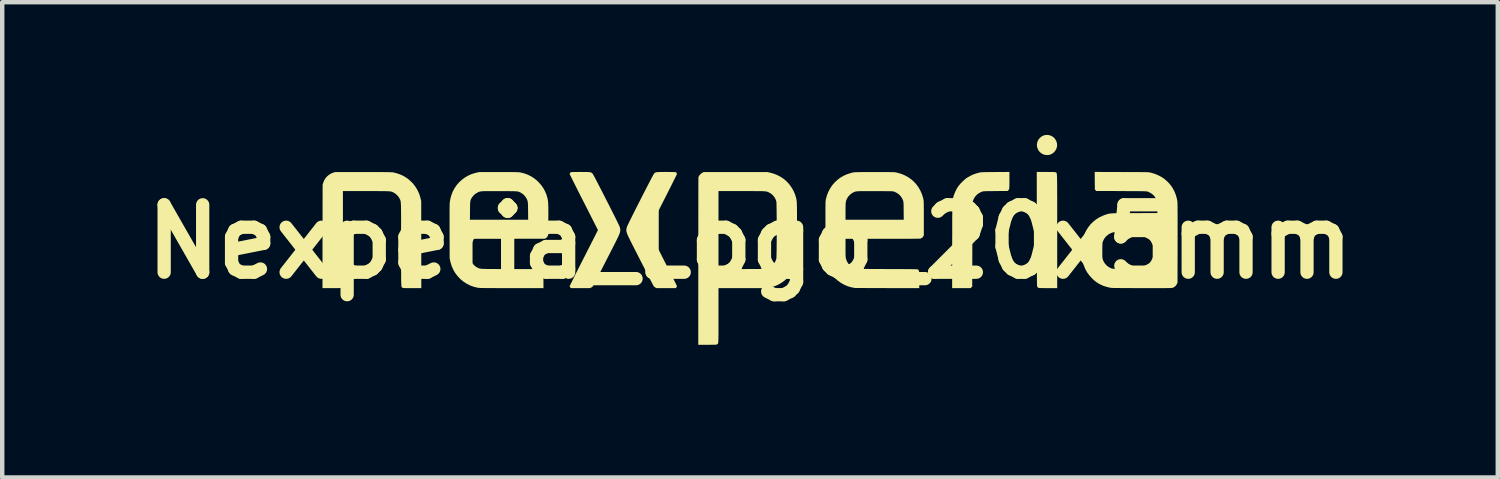
<source format=kicad_pcb>
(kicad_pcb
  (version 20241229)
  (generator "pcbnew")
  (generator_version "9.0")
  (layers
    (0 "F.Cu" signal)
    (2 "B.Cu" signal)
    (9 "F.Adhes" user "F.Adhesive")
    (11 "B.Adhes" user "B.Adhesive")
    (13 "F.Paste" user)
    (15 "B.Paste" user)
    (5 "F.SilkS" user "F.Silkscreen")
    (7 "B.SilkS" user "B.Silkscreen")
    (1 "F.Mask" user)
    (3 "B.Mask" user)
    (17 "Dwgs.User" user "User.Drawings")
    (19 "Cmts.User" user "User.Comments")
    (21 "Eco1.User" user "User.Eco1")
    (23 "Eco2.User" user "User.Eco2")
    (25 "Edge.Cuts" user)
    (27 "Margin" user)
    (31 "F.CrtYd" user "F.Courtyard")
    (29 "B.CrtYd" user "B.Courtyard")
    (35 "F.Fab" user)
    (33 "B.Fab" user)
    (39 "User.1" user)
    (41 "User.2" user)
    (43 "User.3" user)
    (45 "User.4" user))
  (footprint "Nexperia_Logo_20x5mm"
    (layer "F.Cu")
    (at 13.905 2.414)
    (property "Reference" "Nexperia_Logo_20x5mm" (at 0 0 180) (layer "F.SilkS") (effects (font (size 1.524 1.524) (thickness 0.3))))
    (attr exclude_from_pos_files exclude_from_bom allow_missing_courtyard)
    (fp_poly (pts (xy 6.746 -2.412) (xy 6.789 -2.401) (xy 6.829 -2.383) (xy 6.865 -2.357) (xy 6.895 -2.324) (xy 6.918 -2.286) (xy 6.934 -2.243) (xy 6.939 -2.221) (xy 6.942 -2.176) (xy 6.935 -2.131) (xy 6.92 -2.09) (xy 6.897 -2.052) (xy 6.868 -2.018) (xy 6.832 -1.991) (xy 6.791 -1.971) (xy 6.771 -1.965) (xy 6.739 -1.96) (xy 6.703 -1.959) (xy 6.667 -1.963) (xy 6.646 -1.968) (xy 6.603 -1.987) (xy 6.565 -2.014) (xy 6.533 -2.047) (xy 6.509 -2.087) (xy 6.492 -2.131) (xy 6.487 -2.154) (xy 6.485 -2.198) (xy 6.492 -2.242) (xy 6.507 -2.283) (xy 6.53 -2.321) (xy 6.56 -2.354) (xy 6.595 -2.381) (xy 6.635 -2.401) (xy 6.655 -2.407) (xy 6.701 -2.414)) (stroke (width 0) (type solid)) (fill yes) (layer "F.SilkS"))
    (fp_poly (pts (xy 6.739 -1.576) (xy 6.781 -1.576) (xy 6.815 -1.576) (xy 6.842 -1.576) (xy 6.863 -1.575) (xy 6.878 -1.575) (xy 6.89 -1.573) (xy 6.898 -1.572) (xy 6.904 -1.57) (xy 6.908 -1.568) (xy 6.911 -1.566) (xy 6.915 -1.565) (xy 6.918 -1.563) (xy 6.921 -1.562) (xy 6.923 -1.561) (xy 6.926 -1.559) (xy 6.928 -1.557) (xy 6.93 -1.553) (xy 6.932 -1.547) (xy 6.934 -1.54) (xy 6.935 -1.53) (xy 6.937 -1.518) (xy 6.938 -1.502) (xy 6.939 -1.483) (xy 6.94 -1.46) (xy 6.941 -1.433) (xy 6.941 -1.402) (xy 6.942 -1.366) (xy 6.942 -1.324) (xy 6.943 -1.277) (xy 6.943 -1.224) (xy 6.943 -1.165) (xy 6.943 -1.099) (xy 6.944 -1.026) (xy 6.944 -0.946) (xy 6.944 -0.858) (xy 6.944 -0.761) (xy 6.944 -0.657) (xy 6.944 -0.543) (xy 6.944 -0.421) (xy 6.944 -0.288) (xy 6.944 -0.236) (xy 6.944 1.049) (xy 6.737 1.049) (xy 6.684 1.049) (xy 6.641 1.049) (xy 6.605 1.048) (xy 6.578 1.048) (xy 6.556 1.047) (xy 6.54 1.046) (xy 6.529 1.045) (xy 6.521 1.043) (xy 6.516 1.042) (xy 6.516 1.041) (xy 6.504 1.032) (xy 6.494 1.018) (xy 6.493 1.018) (xy 6.492 1.016) (xy 6.491 1.013) (xy 6.491 1.009) (xy 6.49 1.003) (xy 6.489 0.996) (xy 6.489 0.986) (xy 6.488 0.973) (xy 6.487 0.958) (xy 6.487 0.939) (xy 6.487 0.916) (xy 6.486 0.889) (xy 6.486 0.858) (xy 6.485 0.821) (xy 6.485 0.78) (xy 6.485 0.733) (xy 6.485 0.68) (xy 6.484 0.621) (xy 6.484 0.555) (xy 6.484 0.482) (xy 6.484 0.401) (xy 6.484 0.313) (xy 6.484 0.217) (xy 6.483 0.112) (xy 6.483 -0.001) (xy 6.483 -0.124) (xy 6.483 -0.257) (xy 6.483 -0.287) (xy 6.482 -1.577) (xy 6.688 -1.577)) (stroke (width 0) (type solid)) (fill yes) (layer "F.SilkS"))
    (fp_poly (pts (xy 5.864 -1.395) (xy 5.864 -1.349) (xy 5.864 -1.308) (xy 5.863 -1.271) (xy 5.862 -1.24) (xy 5.861 -1.216) (xy 5.86 -1.2) (xy 5.859 -1.195) (xy 5.852 -1.179) (xy 5.841 -1.164) (xy 5.839 -1.162) (xy 5.823 -1.147) (xy 5.549 -1.145) (xy 5.489 -1.144) (xy 5.439 -1.144) (xy 5.397 -1.143) (xy 5.362 -1.143) (xy 5.334 -1.142) (xy 5.312 -1.141) (xy 5.294 -1.14) (xy 5.28 -1.139) (xy 5.27 -1.138) (xy 5.261 -1.136) (xy 5.254 -1.134) (xy 5.247 -1.132) (xy 5.242 -1.13) (xy 5.188 -1.106) (xy 5.142 -1.075) (xy 5.102 -1.036) (xy 5.07 -0.991) (xy 5.045 -0.938) (xy 5.042 -0.93) (xy 5.028 -0.891) (xy 5.026 0.062) (xy 5.023 1.015) (xy 4.986 1.049) (xy 4.569 1.049) (xy 4.57 0.067) (xy 4.57 -0.05) (xy 4.571 -0.157) (xy 4.571 -0.255) (xy 4.571 -0.344) (xy 4.571 -0.425) (xy 4.571 -0.498) (xy 4.571 -0.564) (xy 4.572 -0.623) (xy 4.572 -0.675) (xy 4.572 -0.72) (xy 4.572 -0.761) (xy 4.573 -0.795) (xy 4.573 -0.825) (xy 4.574 -0.851) (xy 4.574 -0.873) (xy 4.575 -0.891) (xy 4.575 -0.906) (xy 4.576 -0.918) (xy 4.577 -0.928) (xy 4.578 -0.937) (xy 4.579 -0.944) (xy 4.58 -0.95) (xy 4.581 -0.955) (xy 4.582 -0.961) (xy 4.582 -0.961) (xy 4.607 -1.049) (xy 4.639 -1.13) (xy 4.677 -1.205) (xy 4.707 -1.251) (xy 4.73 -1.28) (xy 4.758 -1.313) (xy 4.791 -1.347) (xy 4.825 -1.38) (xy 4.859 -1.411) (xy 4.891 -1.436) (xy 4.905 -1.445) (xy 4.981 -1.49) (xy 5.06 -1.526) (xy 5.145 -1.553) (xy 5.184 -1.562) (xy 5.195 -1.565) (xy 5.205 -1.566) (xy 5.216 -1.568) (xy 5.229 -1.569) (xy 5.244 -1.571) (xy 5.262 -1.572) (xy 5.284 -1.572) (xy 5.311 -1.573) (xy 5.344 -1.573) (xy 5.384 -1.574) (xy 5.431 -1.574) (xy 5.487 -1.575) (xy 5.549 -1.575) (xy 5.864 -1.577)) (stroke (width 0) (type solid)) (fill yes) (layer "F.SilkS"))
    (fp_poly (pts (xy -3.779 -1.576) (xy -3.733 -1.576) (xy -3.695 -1.576) (xy -3.664 -1.575) (xy -3.639 -1.573) (xy -3.619 -1.571) (xy -3.604 -1.568) (xy -3.592 -1.564) (xy -3.582 -1.559) (xy -3.574 -1.553) (xy -3.566 -1.546) (xy -3.562 -1.543) (xy -3.558 -1.537) (xy -3.552 -1.527) (xy -3.543 -1.511) (xy -3.531 -1.49) (xy -3.516 -1.464) (xy -3.499 -1.431) (xy -3.478 -1.391) (xy -3.454 -1.345) (xy -3.426 -1.291) (xy -3.395 -1.23) (xy -3.359 -1.162) (xy -3.32 -1.085) (xy -3.276 -0.999) (xy -3.253 -0.954) (xy -3.217 -0.883) (xy -3.181 -0.813) (xy -3.148 -0.746) (xy -3.115 -0.682) (xy -3.085 -0.622) (xy -3.057 -0.567) (xy -3.032 -0.516) (xy -3.009 -0.47) (xy -2.99 -0.431) (xy -2.974 -0.398) (xy -2.962 -0.372) (xy -2.953 -0.355) (xy -2.949 -0.345) (xy -2.949 -0.345) (xy -2.941 -0.317) (xy -2.935 -0.292) (xy -2.933 -0.267) (xy -2.934 -0.243) (xy -2.939 -0.217) (xy -2.948 -0.187) (xy -2.961 -0.154) (xy -2.979 -0.114) (xy -3.002 -0.068) (xy -3.002 -0.066) (xy -3.019 -0.032) (xy -3.039 0.008) (xy -3.062 0.053) (xy -3.087 0.102) (xy -3.114 0.156) (xy -3.143 0.212) (xy -3.173 0.271) (xy -3.204 0.332) (xy -3.235 0.393) (xy -3.267 0.456) (xy -3.299 0.518) (xy -3.33 0.579) (xy -3.361 0.639) (xy -3.391 0.697) (xy -3.419 0.751) (xy -3.445 0.803) (xy -3.47 0.85) (xy -3.492 0.892) (xy -3.511 0.929) (xy -3.527 0.96) (xy -3.539 0.983) (xy -3.548 1) (xy -3.553 1.008) (xy -3.553 1.008) (xy -3.565 1.02) (xy -3.582 1.032) (xy -3.592 1.037) (xy -3.617 1.049) (xy -4.048 1.049) (xy -4.063 1.034) (xy -4.073 1.022) (xy -4.076 1.012) (xy -4.075 1.002) (xy -4.073 0.996) (xy -4.066 0.981) (xy -4.055 0.958) (xy -4.04 0.928) (xy -4.022 0.892) (xy -4.001 0.849) (xy -3.977 0.8) (xy -3.95 0.746) (xy -3.921 0.688) (xy -3.889 0.626) (xy -3.856 0.56) (xy -3.821 0.492) (xy -3.785 0.421) (xy -3.782 0.414) (xy -3.745 0.342) (xy -3.709 0.272) (xy -3.675 0.204) (xy -3.642 0.139) (xy -3.611 0.078) (xy -3.582 0.021) (xy -3.555 -0.031) (xy -3.532 -0.078) (xy -3.511 -0.119) (xy -3.493 -0.153) (xy -3.48 -0.181) (xy -3.47 -0.2) (xy -3.464 -0.211) (xy -3.464 -0.211) (xy -3.438 -0.264) (xy -3.757 -0.892) (xy -3.795 -0.966) (xy -3.832 -1.038) (xy -3.867 -1.108) (xy -3.9 -1.173) (xy -3.931 -1.235) (xy -3.96 -1.293) (xy -3.986 -1.345) (xy -4.01 -1.392) (xy -4.03 -1.433) (xy -4.047 -1.468) (xy -4.061 -1.495) (xy -4.07 -1.515) (xy -4.076 -1.527) (xy -4.077 -1.531) (xy -4.072 -1.55) (xy -4.059 -1.565) (xy -4.052 -1.569) (xy -4.047 -1.571) (xy -4.039 -1.572) (xy -4.028 -1.574) (xy -4.013 -1.575) (xy -3.992 -1.575) (xy -3.965 -1.576) (xy -3.931 -1.576) (xy -3.888 -1.576) (xy -3.837 -1.577) (xy -3.835 -1.577)) (stroke (width 0) (type solid)) (fill yes) (layer "F.SilkS"))
    (fp_poly (pts (xy -1.842 -1.576) (xy -1.8 -1.576) (xy -1.765 -1.576) (xy -1.738 -1.575) (xy -1.717 -1.575) (xy -1.701 -1.574) (xy -1.69 -1.573) (xy -1.682 -1.571) (xy -1.677 -1.569) (xy -1.677 -1.569) (xy -1.66 -1.556) (xy -1.652 -1.538) (xy -1.652 -1.531) (xy -1.654 -1.525) (xy -1.661 -1.511) (xy -1.671 -1.489) (xy -1.686 -1.46) (xy -1.704 -1.423) (xy -1.725 -1.381) (xy -1.749 -1.332) (xy -1.776 -1.278) (xy -1.805 -1.22) (xy -1.837 -1.157) (xy -1.871 -1.09) (xy -1.906 -1.02) (xy -1.943 -0.947) (xy -1.971 -0.892) (xy -2.291 -0.264) (xy -2.262 -0.206) (xy -2.256 -0.194) (xy -2.246 -0.174) (xy -2.232 -0.146) (xy -2.214 -0.111) (xy -2.193 -0.07) (xy -2.169 -0.023) (xy -2.142 0.03) (xy -2.113 0.088) (xy -2.082 0.149) (xy -2.049 0.214) (xy -2.014 0.282) (xy -1.979 0.352) (xy -1.945 0.419) (xy -1.909 0.49) (xy -1.874 0.558) (xy -1.841 0.624) (xy -1.809 0.686) (xy -1.78 0.744) (xy -1.753 0.798) (xy -1.729 0.847) (xy -1.707 0.89) (xy -1.689 0.927) (xy -1.674 0.957) (xy -1.663 0.98) (xy -1.656 0.995) (xy -1.653 1.002) (xy -1.653 1.002) (xy -1.653 1.015) (xy -1.658 1.025) (xy -1.666 1.034) (xy -1.681 1.049) (xy -1.896 1.049) (xy -2.111 1.049) (xy -2.137 1.037) (xy -2.154 1.027) (xy -2.17 1.015) (xy -2.175 1.008) (xy -2.179 1.002) (xy -2.187 0.987) (xy -2.199 0.965) (xy -2.214 0.936) (xy -2.233 0.9) (xy -2.254 0.859) (xy -2.278 0.813) (xy -2.304 0.762) (xy -2.332 0.708) (xy -2.362 0.651) (xy -2.392 0.592) (xy -2.423 0.531) (xy -2.455 0.469) (xy -2.487 0.406) (xy -2.519 0.344) (xy -2.55 0.283) (xy -2.58 0.224) (xy -2.609 0.167) (xy -2.636 0.113) (xy -2.662 0.063) (xy -2.685 0.017) (xy -2.706 -0.024) (xy -2.723 -0.06) (xy -2.726 -0.066) (xy -2.749 -0.113) (xy -2.767 -0.153) (xy -2.78 -0.186) (xy -2.79 -0.216) (xy -2.795 -0.242) (xy -2.796 -0.267) (xy -2.794 -0.291) (xy -2.788 -0.316) (xy -2.78 -0.344) (xy -2.779 -0.345) (xy -2.775 -0.354) (xy -2.767 -0.372) (xy -2.755 -0.397) (xy -2.739 -0.43) (xy -2.72 -0.469) (xy -2.697 -0.515) (xy -2.672 -0.565) (xy -2.644 -0.621) (xy -2.614 -0.681) (xy -2.582 -0.745) (xy -2.548 -0.812) (xy -2.513 -0.881) (xy -2.476 -0.952) (xy -2.476 -0.954) (xy -2.43 -1.044) (xy -2.388 -1.125) (xy -2.351 -1.198) (xy -2.318 -1.262) (xy -2.288 -1.319) (xy -2.262 -1.369) (xy -2.24 -1.412) (xy -2.221 -1.448) (xy -2.205 -1.478) (xy -2.192 -1.502) (xy -2.181 -1.52) (xy -2.174 -1.533) (xy -2.168 -1.54) (xy -2.166 -1.543) (xy -2.158 -1.55) (xy -2.15 -1.557) (xy -2.141 -1.562) (xy -2.13 -1.567) (xy -2.117 -1.57) (xy -2.099 -1.572) (xy -2.076 -1.574) (xy -2.048 -1.575) (xy -2.013 -1.576) (xy -1.971 -1.576) (xy -1.92 -1.577) (xy -1.894 -1.577)) (stroke (width 0) (type solid)) (fill yes) (layer "F.SilkS"))
    (fp_poly (pts (xy -8.647 -1.574) (xy -8.563 -1.574) (xy -8.488 -1.574) (xy -8.421 -1.574) (xy -8.362 -1.574) (xy -8.31 -1.574) (xy -8.265 -1.573) (xy -8.226 -1.573) (xy -8.193 -1.573) (xy -8.165 -1.572) (xy -8.141 -1.572) (xy -8.122 -1.571) (xy -8.106 -1.57) (xy -8.092 -1.57) (xy -8.082 -1.569) (xy -8.073 -1.568) (xy -8.065 -1.566) (xy -8.058 -1.565) (xy -8.056 -1.565) (xy -7.97 -1.542) (xy -7.887 -1.511) (xy -7.81 -1.472) (xy -7.739 -1.425) (xy -7.673 -1.37) (xy -7.614 -1.309) (xy -7.562 -1.241) (xy -7.518 -1.167) (xy -7.481 -1.087) (xy -7.472 -1.06) (xy -7.461 -1.028) (xy -7.452 -0.996) (xy -7.448 -0.979) (xy -7.433 -0.921) (xy -7.431 1.049) (xy -7.638 1.049) (xy -7.689 1.049) (xy -7.732 1.049) (xy -7.765 1.049) (xy -7.792 1.049) (xy -7.813 1.048) (xy -7.828 1.047) (xy -7.839 1.046) (xy -7.847 1.045) (xy -7.852 1.043) (xy -7.856 1.041) (xy -7.859 1.039) (xy -7.863 1.036) (xy -7.866 1.034) (xy -7.869 1.032) (xy -7.871 1.03) (xy -7.874 1.027) (xy -7.876 1.022) (xy -7.878 1.016) (xy -7.879 1.008) (xy -7.881 0.997) (xy -7.882 0.983) (xy -7.883 0.966) (xy -7.884 0.944) (xy -7.885 0.919) (xy -7.886 0.889) (xy -7.886 0.854) (xy -7.887 0.813) (xy -7.887 0.766) (xy -7.887 0.713) (xy -7.887 0.653) (xy -7.888 0.586) (xy -7.888 0.511) (xy -7.888 0.428) (xy -7.888 0.336) (xy -7.888 0.236) (xy -7.888 0.126) (xy -7.888 0.067) (xy -7.888 -0.049) (xy -7.888 -0.156) (xy -7.888 -0.253) (xy -7.888 -0.341) (xy -7.888 -0.421) (xy -7.888 -0.494) (xy -7.888 -0.559) (xy -7.888 -0.617) (xy -7.889 -0.668) (xy -7.889 -0.714) (xy -7.89 -0.754) (xy -7.89 -0.788) (xy -7.891 -0.818) (xy -7.892 -0.844) (xy -7.894 -0.866) (xy -7.895 -0.884) (xy -7.897 -0.899) (xy -7.898 -0.912) (xy -7.9 -0.923) (xy -7.903 -0.932) (xy -7.905 -0.94) (xy -7.908 -0.947) (xy -7.911 -0.954) (xy -7.915 -0.961) (xy -7.918 -0.968) (xy -7.921 -0.973) (xy -7.942 -1.009) (xy -7.971 -1.044) (xy -8.004 -1.076) (xy -8.04 -1.101) (xy -8.058 -1.111) (xy -8.069 -1.117) (xy -8.078 -1.121) (xy -8.088 -1.125) (xy -8.097 -1.129) (xy -8.108 -1.132) (xy -8.12 -1.134) (xy -8.134 -1.137) (xy -8.152 -1.139) (xy -8.172 -1.14) (xy -8.197 -1.141) (xy -8.226 -1.142) (xy -8.26 -1.143) (xy -8.301 -1.144) (xy -8.347 -1.144) (xy -8.401 -1.144) (xy -8.463 -1.145) (xy -8.532 -1.145) (xy -8.611 -1.145) (xy -8.685 -1.145) (xy -9.203 -1.145) (xy -9.203 -0.075) (xy -9.203 0.048) (xy -9.203 0.162) (xy -9.203 0.267) (xy -9.203 0.363) (xy -9.203 0.45) (xy -9.203 0.529) (xy -9.203 0.601) (xy -9.203 0.665) (xy -9.204 0.723) (xy -9.204 0.774) (xy -9.204 0.819) (xy -9.205 0.858) (xy -9.205 0.892) (xy -9.206 0.922) (xy -9.207 0.946) (xy -9.208 0.967) (xy -9.209 0.984) (xy -9.211 0.997) (xy -9.212 1.008) (xy -9.214 1.016) (xy -9.215 1.023) (xy -9.218 1.027) (xy -9.22 1.03) (xy -9.222 1.033) (xy -9.225 1.034) (xy -9.228 1.036) (xy -9.231 1.038) (xy -9.232 1.039) (xy -9.236 1.041) (xy -9.24 1.043) (xy -9.246 1.045) (xy -9.254 1.046) (xy -9.265 1.048) (xy -9.281 1.048) (xy -9.302 1.049) (xy -9.329 1.049) (xy -9.363 1.049) (xy -9.405 1.049) (xy -9.456 1.049) (xy -9.665 1.049) (xy -9.664 -0.119) (xy -9.662 -1.288) (xy -9.651 -1.325) (xy -9.629 -1.382) (xy -9.599 -1.432) (xy -9.562 -1.476) (xy -9.518 -1.513) (xy -9.469 -1.542) (xy -9.426 -1.559) (xy -9.381 -1.574) (xy -8.741 -1.574)) (stroke (width 0) (type solid)) (fill yes) (layer "F.SilkS"))
    (fp_poly (pts (xy 0.445 -1.563) (xy 0.532 -1.539) (xy 0.613 -1.507) (xy 0.689 -1.468) (xy 0.761 -1.42) (xy 0.799 -1.389) (xy 0.853 -1.337) (xy 0.903 -1.277) (xy 0.948 -1.212) (xy 0.986 -1.143) (xy 1.016 -1.073) (xy 1.031 -1.027) (xy 1.036 -1.011) (xy 1.04 -0.997) (xy 1.043 -0.984) (xy 1.046 -0.972) (xy 1.049 -0.959) (xy 1.051 -0.945) (xy 1.053 -0.929) (xy 1.055 -0.912) (xy 1.057 -0.892) (xy 1.058 -0.868) (xy 1.059 -0.84) (xy 1.06 -0.808) (xy 1.061 -0.771) (xy 1.061 -0.728) (xy 1.062 -0.678) (xy 1.062 -0.622) (xy 1.062 -0.558) (xy 1.062 -0.486) (xy 1.063 -0.404) (xy 1.063 -0.314) (xy 1.063 -0.311) (xy 1.063 -0.212) (xy 1.064 -0.123) (xy 1.064 -0.043) (xy 1.064 0.03) (xy 1.064 0.094) (xy 1.063 0.151) (xy 1.063 0.202) (xy 1.062 0.247) (xy 1.061 0.286) (xy 1.059 0.321) (xy 1.058 0.351) (xy 1.056 0.378) (xy 1.053 0.401) (xy 1.05 0.422) (xy 1.047 0.441) (xy 1.043 0.459) (xy 1.038 0.476) (xy 1.034 0.493) (xy 1.028 0.51) (xy 1.022 0.529) (xy 1.021 0.532) (xy 0.989 0.612) (xy 0.948 0.687) (xy 0.9 0.757) (xy 0.844 0.82) (xy 0.782 0.877) (xy 0.714 0.927) (xy 0.641 0.969) (xy 0.563 1.003) (xy 0.481 1.028) (xy 0.428 1.04) (xy 0.418 1.041) (xy 0.409 1.042) (xy 0.398 1.044) (xy 0.387 1.045) (xy 0.373 1.046) (xy 0.357 1.046) (xy 0.337 1.047) (xy 0.314 1.048) (xy 0.286 1.048) (xy 0.253 1.049) (xy 0.214 1.049) (xy 0.169 1.049) (xy 0.117 1.049) (xy 0.057 1.049) (xy -0.01 1.049) (xy -0.087 1.049) (xy -0.171 1.049) (xy -0.713 1.049) (xy -0.713 1.665) (xy -0.713 1.758) (xy -0.713 1.841) (xy -0.713 1.916) (xy -0.713 1.982) (xy -0.713 2.04) (xy -0.713 2.091) (xy -0.714 2.135) (xy -0.714 2.172) (xy -0.715 2.204) (xy -0.716 2.23) (xy -0.717 2.252) (xy -0.718 2.269) (xy -0.72 2.283) (xy -0.722 2.293) (xy -0.724 2.301) (xy -0.726 2.306) (xy -0.729 2.31) (xy -0.733 2.313) (xy -0.737 2.315) (xy -0.741 2.318) (xy -0.745 2.32) (xy -0.749 2.322) (xy -0.754 2.324) (xy -0.761 2.326) (xy -0.771 2.327) (xy -0.784 2.328) (xy -0.802 2.329) (xy -0.826 2.329) (xy -0.857 2.329) (xy -0.895 2.33) (xy -0.941 2.33) (xy -0.965 2.33) (xy -1.17 2.33) (xy -1.169 0.436) (xy -1.168 -1.145) (xy -0.713 -1.145) (xy -0.713 0.618) (xy -0.187 0.618) (xy -0.101 0.618) (xy -0.025 0.617) (xy 0.043 0.617) (xy 0.102 0.617) (xy 0.153 0.617) (xy 0.197 0.617) (xy 0.235 0.616) (xy 0.267 0.616) (xy 0.293 0.615) (xy 0.314 0.615) (xy 0.332 0.614) (xy 0.345 0.613) (xy 0.355 0.612) (xy 0.363 0.611) (xy 0.369 0.61) (xy 0.369 0.61) (xy 0.42 0.592) (xy 0.467 0.566) (xy 0.508 0.532) (xy 0.544 0.491) (xy 0.572 0.446) (xy 0.592 0.396) (xy 0.595 0.384) (xy 0.596 0.374) (xy 0.597 0.355) (xy 0.598 0.327) (xy 0.599 0.292) (xy 0.6 0.249) (xy 0.601 0.2) (xy 0.602 0.146) (xy 0.602 0.087) (xy 0.603 0.024) (xy 0.603 -0.042) (xy 0.603 -0.11) (xy 0.603 -0.18) (xy 0.603 -0.251) (xy 0.603 -0.322) (xy 0.603 -0.392) (xy 0.603 -0.461) (xy 0.603 -0.528) (xy 0.602 -0.592) (xy 0.602 -0.652) (xy 0.601 -0.708) (xy 0.6 -0.759) (xy 0.599 -0.803) (xy 0.599 -0.841) (xy 0.598 -0.871) (xy 0.596 -0.893) (xy 0.595 -0.906) (xy 0.595 -0.908) (xy 0.578 -0.959) (xy 0.552 -1.006) (xy 0.518 -1.048) (xy 0.478 -1.084) (xy 0.431 -1.112) (xy 0.429 -1.113) (xy 0.419 -1.118) (xy 0.409 -1.122) (xy 0.4 -1.126) (xy 0.391 -1.129) (xy 0.38 -1.132) (xy 0.368 -1.135) (xy 0.353 -1.137) (xy 0.336 -1.139) (xy 0.315 -1.14) (xy 0.29 -1.142) (xy 0.261 -1.143) (xy 0.226 -1.143) (xy 0.185 -1.144) (xy 0.138 -1.144) (xy 0.084 -1.144) (xy 0.022 -1.145) (xy -0.049 -1.145) (xy -0.128 -1.145) (xy -0.195 -1.145) (xy -0.713 -1.145) (xy -1.168 -1.145) (xy -1.167 -1.459) (xy -1.154 -1.484) (xy -1.135 -1.511) (xy -1.11 -1.536) (xy -1.083 -1.557) (xy -1.07 -1.563) (xy -1.047 -1.574) (xy 0.394 -1.574)) (stroke (width 0) (type solid)) (fill yes) (layer "F.SilkS"))
    (fp_poly (pts (xy 8.398 -1.575) (xy 8.489 -1.575) (xy 8.57 -1.575) (xy 8.642 -1.574) (xy 8.706 -1.574) (xy 8.763 -1.574) (xy 8.812 -1.574) (xy 8.854 -1.573) (xy 8.89 -1.573) (xy 8.921 -1.573) (xy 8.947 -1.572) (xy 8.969 -1.572) (xy 8.986 -1.571) (xy 9.001 -1.57) (xy 9.013 -1.569) (xy 9.023 -1.568) (xy 9.031 -1.567) (xy 9.039 -1.566) (xy 9.046 -1.564) (xy 9.053 -1.562) (xy 9.141 -1.538) (xy 9.224 -1.504) (xy 9.301 -1.464) (xy 9.371 -1.415) (xy 9.435 -1.36) (xy 9.493 -1.298) (xy 9.543 -1.23) (xy 9.585 -1.156) (xy 9.619 -1.076) (xy 9.645 -0.991) (xy 9.658 -0.929) (xy 9.659 -0.922) (xy 9.66 -0.914) (xy 9.661 -0.905) (xy 9.662 -0.893) (xy 9.663 -0.879) (xy 9.663 -0.862) (xy 9.664 -0.842) (xy 9.664 -0.817) (xy 9.665 -0.788) (xy 9.665 -0.755) (xy 9.665 -0.716) (xy 9.665 -0.672) (xy 9.666 -0.621) (xy 9.666 -0.564) (xy 9.666 -0.5) (xy 9.666 -0.428) (xy 9.666 -0.349) (xy 9.666 -0.261) (xy 9.666 -0.164) (xy 9.666 -0.058) (xy 9.666 0.023) (xy 9.664 0.926) (xy 9.649 0.957) (xy 9.628 0.991) (xy 9.6 1.018) (xy 9.567 1.037) (xy 9.561 1.039) (xy 9.557 1.041) (xy 9.553 1.042) (xy 9.548 1.043) (xy 9.542 1.044) (xy 9.534 1.045) (xy 9.523 1.046) (xy 9.51 1.046) (xy 9.493 1.047) (xy 9.473 1.048) (xy 9.448 1.048) (xy 9.418 1.048) (xy 9.383 1.049) (xy 9.342 1.049) (xy 9.294 1.049) (xy 9.239 1.049) (xy 9.177 1.049) (xy 9.107 1.049) (xy 9.028 1.049) (xy 8.94 1.049) (xy 8.86 1.049) (xy 8.758 1.049) (xy 8.666 1.049) (xy 8.583 1.048) (xy 8.508 1.048) (xy 8.442 1.048) (xy 8.384 1.048) (xy 8.333 1.047) (xy 8.29 1.047) (xy 8.253 1.046) (xy 8.222 1.046) (xy 8.197 1.045) (xy 8.177 1.044) (xy 8.163 1.043) (xy 8.152 1.042) (xy 8.149 1.042) (xy 8.065 1.023) (xy 7.985 0.997) (xy 7.909 0.961) (xy 7.895 0.954) (xy 7.856 0.931) (xy 7.82 0.906) (xy 7.786 0.879) (xy 7.75 0.846) (xy 7.724 0.821) (xy 7.666 0.756) (xy 7.617 0.687) (xy 7.577 0.613) (xy 7.545 0.534) (xy 7.522 0.45) (xy 7.507 0.361) (xy 7.505 0.341) (xy 7.503 0.312) (xy 7.502 0.28) (xy 7.964 0.28) (xy 7.964 0.314) (xy 7.965 0.341) (xy 7.967 0.364) (xy 7.97 0.383) (xy 7.975 0.4) (xy 7.98 0.416) (xy 7.987 0.433) (xy 7.996 0.451) (xy 7.996 0.452) (xy 8.019 0.488) (xy 8.049 0.524) (xy 8.083 0.555) (xy 8.12 0.579) (xy 8.129 0.584) (xy 8.139 0.589) (xy 8.149 0.594) (xy 8.158 0.598) (xy 8.167 0.602) (xy 8.177 0.605) (xy 8.189 0.607) (xy 8.202 0.61) (xy 8.219 0.612) (xy 8.238 0.613) (xy 8.262 0.614) (xy 8.29 0.615) (xy 8.323 0.616) (xy 8.363 0.616) (xy 8.409 0.617) (xy 8.462 0.617) (xy 8.522 0.617) (xy 8.592 0.617) (xy 8.67 0.617) (xy 8.715 0.617) (xy 9.208 0.618) (xy 9.208 -0.216) (xy 8.211 -0.213) (xy 8.179 -0.202) (xy 8.126 -0.179) (xy 8.08 -0.148) (xy 8.039 -0.11) (xy 8.006 -0.066) (xy 7.981 -0.015) (xy 7.977 -0.005) (xy 7.974 0.004) (xy 7.971 0.013) (xy 7.969 0.023) (xy 7.968 0.036) (xy 7.967 0.051) (xy 7.966 0.071) (xy 7.965 0.097) (xy 7.965 0.13) (xy 7.964 0.172) (xy 7.964 0.19) (xy 7.964 0.239) (xy 7.964 0.28) (xy 7.502 0.28) (xy 7.502 0.277) (xy 7.502 0.236) (xy 7.502 0.193) (xy 7.503 0.149) (xy 7.504 0.106) (xy 7.506 0.067) (xy 7.508 0.032) (xy 7.511 0.004) (xy 7.513 -0.008) (xy 7.534 -0.095) (xy 7.563 -0.177) (xy 7.6 -0.255) (xy 7.646 -0.327) (xy 7.698 -0.393) (xy 7.758 -0.452) (xy 7.824 -0.505) (xy 7.897 -0.551) (xy 7.975 -0.588) (xy 8.027 -0.607) (xy 8.044 -0.613) (xy 8.06 -0.618) (xy 8.074 -0.623) (xy 8.088 -0.627) (xy 8.102 -0.63) (xy 8.117 -0.633) (xy 8.134 -0.636) (xy 8.153 -0.638) (xy 8.174 -0.64) (xy 8.199 -0.641) (xy 8.228 -0.643) (xy 8.262 -0.644) (xy 8.302 -0.644) (xy 8.347 -0.645) (xy 8.399 -0.645) (xy 8.459 -0.646) (xy 8.526 -0.646) (xy 8.602 -0.646) (xy 8.688 -0.646) (xy 8.692 -0.646) (xy 9.208 -0.648) (xy 9.208 -0.762) (xy 9.208 -0.806) (xy 9.207 -0.841) (xy 9.205 -0.869) (xy 9.203 -0.893) (xy 9.199 -0.913) (xy 9.193 -0.932) (xy 9.185 -0.951) (xy 9.178 -0.968) (xy 9.151 -1.015) (xy 9.116 -1.056) (xy 9.073 -1.09) (xy 9.024 -1.118) (xy 8.987 -1.133) (xy 8.982 -1.134) (xy 8.977 -1.136) (xy 8.97 -1.137) (xy 8.962 -1.138) (xy 8.951 -1.139) (xy 8.936 -1.139) (xy 8.919 -1.14) (xy 8.897 -1.141) (xy 8.87 -1.141) (xy 8.838 -1.142) (xy 8.801 -1.142) (xy 8.756 -1.143) (xy 8.705 -1.143) (xy 8.646 -1.143) (xy 8.579 -1.144) (xy 8.503 -1.144) (xy 8.418 -1.145) (xy 8.394 -1.145) (xy 7.828 -1.147) (xy 7.811 -1.164) (xy 7.795 -1.18) (xy 7.793 -1.378) (xy 7.792 -1.577)) (stroke (width 0) (type solid)) (fill yes) (layer "F.SilkS"))
    (fp_poly (pts (xy -5.604 -1.574) (xy -5.536 -1.574) (xy -5.476 -1.574) (xy -5.425 -1.574) (xy -5.381 -1.574) (xy -5.344 -1.573) (xy -5.312 -1.573) (xy -5.286 -1.572) (xy -5.264 -1.572) (xy -5.246 -1.571) (xy -5.231 -1.57) (xy -5.218 -1.569) (xy -5.208 -1.568) (xy -5.198 -1.566) (xy -5.189 -1.565) (xy -5.103 -1.544) (xy -5.022 -1.514) (xy -4.945 -1.475) (xy -4.873 -1.428) (xy -4.805 -1.371) (xy -4.785 -1.351) (xy -4.725 -1.285) (xy -4.675 -1.215) (xy -4.634 -1.14) (xy -4.601 -1.061) (xy -4.579 -0.983) (xy -4.575 -0.965) (xy -4.572 -0.948) (xy -4.569 -0.929) (xy -4.566 -0.908) (xy -4.564 -0.885) (xy -4.563 -0.859) (xy -4.561 -0.829) (xy -4.56 -0.793) (xy -4.56 -0.752) (xy -4.559 -0.704) (xy -4.559 -0.649) (xy -4.559 -0.586) (xy -4.56 -0.513) (xy -4.56 -0.492) (xy -4.561 -0.153) (xy -4.576 -0.124) (xy -4.587 -0.105) (xy -4.6 -0.091) (xy -4.613 -0.082) (xy -4.637 -0.068) (xy -5.484 -0.066) (xy -6.331 -0.065) (xy -6.331 0.146) (xy -6.331 0.202) (xy -6.331 0.249) (xy -6.33 0.288) (xy -6.33 0.32) (xy -6.328 0.346) (xy -6.326 0.368) (xy -6.323 0.386) (xy -6.32 0.402) (xy -6.315 0.416) (xy -6.309 0.43) (xy -6.302 0.444) (xy -6.297 0.454) (xy -6.275 0.489) (xy -6.246 0.523) (xy -6.214 0.553) (xy -6.179 0.577) (xy -6.165 0.584) (xy -6.156 0.589) (xy -6.148 0.593) (xy -6.14 0.597) (xy -6.132 0.6) (xy -6.123 0.603) (xy -6.113 0.606) (xy -6.102 0.608) (xy -6.089 0.61) (xy -6.072 0.612) (xy -6.053 0.613) (xy -6.03 0.614) (xy -6.002 0.615) (xy -5.97 0.616) (xy -5.932 0.617) (xy -5.888 0.617) (xy -5.838 0.617) (xy -5.781 0.617) (xy -5.716 0.618) (xy -5.644 0.618) (xy -5.562 0.618) (xy -5.472 0.618) (xy -5.396 0.618) (xy -5.299 0.618) (xy -5.211 0.618) (xy -5.133 0.618) (xy -5.063 0.618) (xy -5 0.618) (xy -4.946 0.618) (xy -4.898 0.618) (xy -4.857 0.619) (xy -4.822 0.619) (xy -4.792 0.62) (xy -4.768 0.621) (xy -4.748 0.622) (xy -4.731 0.623) (xy -4.718 0.624) (xy -4.709 0.626) (xy -4.701 0.628) (xy -4.696 0.63) (xy -4.691 0.633) (xy -4.688 0.635) (xy -4.685 0.638) (xy -4.682 0.642) (xy -4.682 0.642) (xy -4.679 0.646) (xy -4.677 0.65) (xy -4.676 0.656) (xy -4.674 0.664) (xy -4.673 0.677) (xy -4.672 0.694) (xy -4.672 0.717) (xy -4.671 0.747) (xy -4.671 0.784) (xy -4.671 0.83) (xy -4.67 0.852) (xy -4.669 1.049) (xy -5.388 1.049) (xy -5.488 1.049) (xy -5.578 1.049) (xy -5.659 1.049) (xy -5.731 1.049) (xy -5.796 1.048) (xy -5.853 1.048) (xy -5.903 1.048) (xy -5.947 1.048) (xy -5.985 1.048) (xy -6.018 1.047) (xy -6.045 1.047) (xy -6.069 1.046) (xy -6.089 1.046) (xy -6.105 1.045) (xy -6.119 1.044) (xy -6.13 1.043) (xy -6.14 1.042) (xy -6.149 1.041) (xy -6.157 1.04) (xy -6.163 1.039) (xy -6.245 1.019) (xy -6.325 0.99) (xy -6.401 0.952) (xy -6.473 0.906) (xy -6.54 0.852) (xy -6.553 0.839) (xy -6.613 0.776) (xy -6.664 0.708) (xy -6.706 0.637) (xy -6.741 0.56) (xy -6.767 0.477) (xy -6.779 0.429) (xy -6.79 0.374) (xy -6.792 -0.226) (xy -6.792 -0.329) (xy -6.792 -0.423) (xy -6.792 -0.497) (xy -6.332 -0.497) (xy -5.015 -0.497) (xy -5.017 -0.692) (xy -5.018 -0.745) (xy -5.018 -0.789) (xy -5.019 -0.826) (xy -5.021 -0.856) (xy -5.022 -0.88) (xy -5.025 -0.901) (xy -5.028 -0.918) (xy -5.033 -0.933) (xy -5.038 -0.947) (xy -5.045 -0.961) (xy -5.053 -0.977) (xy -5.054 -0.98) (xy -5.079 -1.019) (xy -5.111 -1.056) (xy -5.148 -1.087) (xy -5.187 -1.111) (xy -5.199 -1.117) (xy -5.21 -1.122) (xy -5.219 -1.125) (xy -5.228 -1.129) (xy -5.237 -1.132) (xy -5.247 -1.134) (xy -5.258 -1.136) (xy -5.273 -1.138) (xy -5.29 -1.139) (xy -5.311 -1.14) (xy -5.337 -1.141) (xy -5.369 -1.142) (xy -5.406 -1.142) (xy -5.451 -1.143) (xy -5.503 -1.143) (xy -5.563 -1.143) (xy -5.633 -1.143) (xy -5.658 -1.143) (xy -5.734 -1.144) (xy -5.801 -1.144) (xy -5.859 -1.144) (xy -5.909 -1.144) (xy -5.952 -1.144) (xy -5.989 -1.143) (xy -6.019 -1.142) (xy -6.045 -1.141) (xy -6.067 -1.139) (xy -6.085 -1.137) (xy -6.1 -1.135) (xy -6.113 -1.132) (xy -6.125 -1.128) (xy -6.136 -1.123) (xy -6.147 -1.118) (xy -6.159 -1.112) (xy -6.164 -1.109) (xy -6.208 -1.083) (xy -6.245 -1.051) (xy -6.278 -1.011) (xy -6.28 -1.007) (xy -6.291 -0.99) (xy -6.301 -0.975) (xy -6.308 -0.961) (xy -6.314 -0.947) (xy -6.319 -0.932) (xy -6.323 -0.914) (xy -6.325 -0.892) (xy -6.327 -0.866) (xy -6.328 -0.834) (xy -6.329 -0.796) (xy -6.33 -0.749) (xy -6.33 -0.702) (xy -6.332 -0.497) (xy -6.792 -0.497) (xy -6.792 -0.506) (xy -6.792 -0.581) (xy -6.792 -0.647) (xy -6.792 -0.705) (xy -6.792 -0.754) (xy -6.791 -0.795) (xy -6.79 -0.828) (xy -6.79 -0.854) (xy -6.789 -0.873) (xy -6.788 -0.883) (xy -6.774 -0.97) (xy -6.751 -1.054) (xy -6.72 -1.134) (xy -6.68 -1.209) (xy -6.632 -1.279) (xy -6.576 -1.343) (xy -6.513 -1.401) (xy -6.444 -1.452) (xy -6.368 -1.496) (xy -6.367 -1.496) (xy -6.301 -1.526) (xy -6.229 -1.549) (xy -6.176 -1.562) (xy -6.123 -1.574) (xy -5.681 -1.574)) (stroke (width 0) (type solid)) (fill yes) (layer "F.SilkS"))
    (fp_poly (pts (xy 2.896 -1.574) (xy 2.964 -1.574) (xy 3.023 -1.574) (xy 3.074 -1.574) (xy 3.118 -1.574) (xy 3.155 -1.573) (xy 3.187 -1.573) (xy 3.213 -1.573) (xy 3.234 -1.572) (xy 3.252 -1.571) (xy 3.266 -1.57) (xy 3.278 -1.569) (xy 3.288 -1.568) (xy 3.297 -1.567) (xy 3.306 -1.565) (xy 3.315 -1.563) (xy 3.317 -1.563) (xy 3.405 -1.538) (xy 3.487 -1.506) (xy 3.564 -1.465) (xy 3.635 -1.417) (xy 3.699 -1.362) (xy 3.757 -1.3) (xy 3.807 -1.231) (xy 3.85 -1.157) (xy 3.885 -1.077) (xy 3.912 -0.991) (xy 3.917 -0.968) (xy 3.919 -0.959) (xy 3.921 -0.95) (xy 3.923 -0.94) (xy 3.924 -0.93) (xy 3.925 -0.918) (xy 3.926 -0.904) (xy 3.927 -0.886) (xy 3.928 -0.865) (xy 3.928 -0.839) (xy 3.928 -0.808) (xy 3.928 -0.77) (xy 3.929 -0.726) (xy 3.929 -0.674) (xy 3.929 -0.613) (xy 3.929 -0.544) (xy 3.929 -0.143) (xy 3.917 -0.122) (xy 3.899 -0.097) (xy 3.873 -0.078) (xy 3.856 -0.071) (xy 3.851 -0.07) (xy 3.84 -0.069) (xy 3.822 -0.069) (xy 3.798 -0.068) (xy 3.767 -0.068) (xy 3.729 -0.067) (xy 3.684 -0.067) (xy 3.63 -0.066) (xy 3.569 -0.066) (xy 3.5 -0.066) (xy 3.422 -0.066) (xy 3.335 -0.065) (xy 3.239 -0.065) (xy 3.134 -0.065) (xy 3.019 -0.065) (xy 2.999 -0.065) (xy 2.159 -0.065) (xy 2.159 0.14) (xy 2.159 0.191) (xy 2.159 0.234) (xy 2.159 0.269) (xy 2.16 0.297) (xy 2.161 0.319) (xy 2.161 0.337) (xy 2.163 0.351) (xy 2.164 0.363) (xy 2.166 0.374) (xy 2.169 0.383) (xy 2.187 0.436) (xy 2.214 0.484) (xy 2.248 0.526) (xy 2.29 0.562) (xy 2.337 0.59) (xy 2.365 0.601) (xy 2.402 0.615) (xy 3.093 0.618) (xy 3.19 0.618) (xy 3.278 0.618) (xy 3.357 0.619) (xy 3.428 0.619) (xy 3.49 0.619) (xy 3.545 0.62) (xy 3.593 0.62) (xy 3.634 0.62) (xy 3.669 0.621) (xy 3.698 0.621) (xy 3.723 0.622) (xy 3.743 0.622) (xy 3.759 0.623) (xy 3.771 0.624) (xy 3.78 0.625) (xy 3.787 0.626) (xy 3.791 0.627) (xy 3.794 0.628) (xy 3.795 0.628) (xy 3.802 0.633) (xy 3.808 0.638) (xy 3.812 0.644) (xy 3.816 0.651) (xy 3.819 0.661) (xy 3.821 0.675) (xy 3.822 0.694) (xy 3.823 0.718) (xy 3.824 0.749) (xy 3.824 0.788) (xy 3.825 0.835) (xy 3.825 0.855) (xy 3.826 1.049) (xy 3.107 1.049) (xy 3.022 1.048) (xy 2.941 1.048) (xy 2.862 1.048) (xy 2.787 1.048) (xy 2.717 1.048) (xy 2.651 1.048) (xy 2.591 1.047) (xy 2.537 1.047) (xy 2.489 1.047) (xy 2.449 1.047) (xy 2.417 1.047) (xy 2.393 1.046) (xy 2.378 1.046) (xy 2.372 1.046) (xy 2.288 1.03) (xy 2.206 1.006) (xy 2.128 0.972) (xy 2.055 0.931) (xy 1.987 0.882) (xy 1.925 0.826) (xy 1.869 0.763) (xy 1.82 0.694) (xy 1.778 0.62) (xy 1.745 0.541) (xy 1.74 0.525) (xy 1.735 0.51) (xy 1.73 0.497) (xy 1.726 0.484) (xy 1.723 0.472) (xy 1.72 0.46) (xy 1.717 0.447) (xy 1.714 0.433) (xy 1.712 0.417) (xy 1.711 0.398) (xy 1.709 0.377) (xy 1.708 0.352) (xy 1.707 0.322) (xy 1.706 0.288) (xy 1.706 0.249) (xy 1.705 0.204) (xy 1.705 0.153) (xy 1.705 0.094) (xy 1.705 0.029) (xy 1.705 -0.045) (xy 1.705 -0.128) (xy 1.705 -0.22) (xy 1.705 -0.264) (xy 1.705 -0.358) (xy 1.705 -0.442) (xy 1.705 -0.497) (xy 2.159 -0.497) (xy 3.475 -0.497) (xy 3.473 -0.697) (xy 3.473 -0.747) (xy 3.472 -0.788) (xy 3.472 -0.822) (xy 3.471 -0.848) (xy 3.47 -0.869) (xy 3.469 -0.886) (xy 3.468 -0.898) (xy 3.466 -0.909) (xy 3.464 -0.917) (xy 3.462 -0.926) (xy 3.461 -0.929) (xy 3.438 -0.98) (xy 3.408 -1.026) (xy 3.37 -1.066) (xy 3.326 -1.099) (xy 3.276 -1.124) (xy 3.259 -1.131) (xy 3.252 -1.133) (xy 3.246 -1.135) (xy 3.24 -1.136) (xy 3.232 -1.138) (xy 3.221 -1.139) (xy 3.208 -1.14) (xy 3.192 -1.141) (xy 3.171 -1.141) (xy 3.146 -1.142) (xy 3.115 -1.142) (xy 3.077 -1.142) (xy 3.032 -1.143) (xy 2.98 -1.143) (xy 2.919 -1.143) (xy 2.849 -1.144) (xy 2.833 -1.144) (xy 2.758 -1.144) (xy 2.691 -1.144) (xy 2.633 -1.144) (xy 2.583 -1.144) (xy 2.54 -1.144) (xy 2.503 -1.143) (xy 2.472 -1.142) (xy 2.446 -1.141) (xy 2.425 -1.139) (xy 2.407 -1.137) (xy 2.392 -1.135) (xy 2.378 -1.132) (xy 2.367 -1.128) (xy 2.356 -1.124) (xy 2.345 -1.119) (xy 2.333 -1.113) (xy 2.33 -1.111) (xy 2.294 -1.09) (xy 2.259 -1.061) (xy 2.227 -1.027) (xy 2.202 -0.991) (xy 2.192 -0.973) (xy 2.184 -0.956) (xy 2.178 -0.94) (xy 2.172 -0.924) (xy 2.168 -0.907) (xy 2.165 -0.887) (xy 2.162 -0.864) (xy 2.161 -0.837) (xy 2.16 -0.803) (xy 2.159 -0.763) (xy 2.159 -0.714) (xy 2.159 -0.682) (xy 2.159 -0.497) (xy 1.705 -0.497) (xy 1.705 -0.518) (xy 1.705 -0.585) (xy 1.705 -0.645) (xy 1.705 -0.697) (xy 1.705 -0.743) (xy 1.705 -0.782) (xy 1.706 -0.815) (xy 1.706 -0.844) (xy 1.707 -0.867) (xy 1.707 -0.887) (xy 1.708 -0.904) (xy 1.709 -0.917) (xy 1.71 -0.928) (xy 1.711 -0.937) (xy 1.712 -0.945) (xy 1.713 -0.952) (xy 1.714 -0.956) (xy 1.737 -1.043) (xy 1.769 -1.125) (xy 1.809 -1.202) (xy 1.856 -1.273) (xy 1.911 -1.337) (xy 1.972 -1.395) (xy 2.04 -1.447) (xy 2.114 -1.49) (xy 2.194 -1.526) (xy 2.278 -1.553) (xy 2.327 -1.565) (xy 2.336 -1.566) (xy 2.345 -1.568) (xy 2.355 -1.569) (xy 2.367 -1.57) (xy 2.382 -1.571) (xy 2.4 -1.572) (xy 2.422 -1.572) (xy 2.449 -1.573) (xy 2.481 -1.573) (xy 2.519 -1.574) (xy 2.563 -1.574) (xy 2.615 -1.574) (xy 2.675 -1.574) (xy 2.744 -1.574) (xy 2.819 -1.574)) (stroke (width 0) (type solid)) (fill yes) (layer "F.SilkS")))
  (gr_rect
    (start -3 -3)
    (end 30.809 7.744)
    (stroke (width 0.1) (type default))
    (fill no)
    (layer "Edge.Cuts")))
</source>
